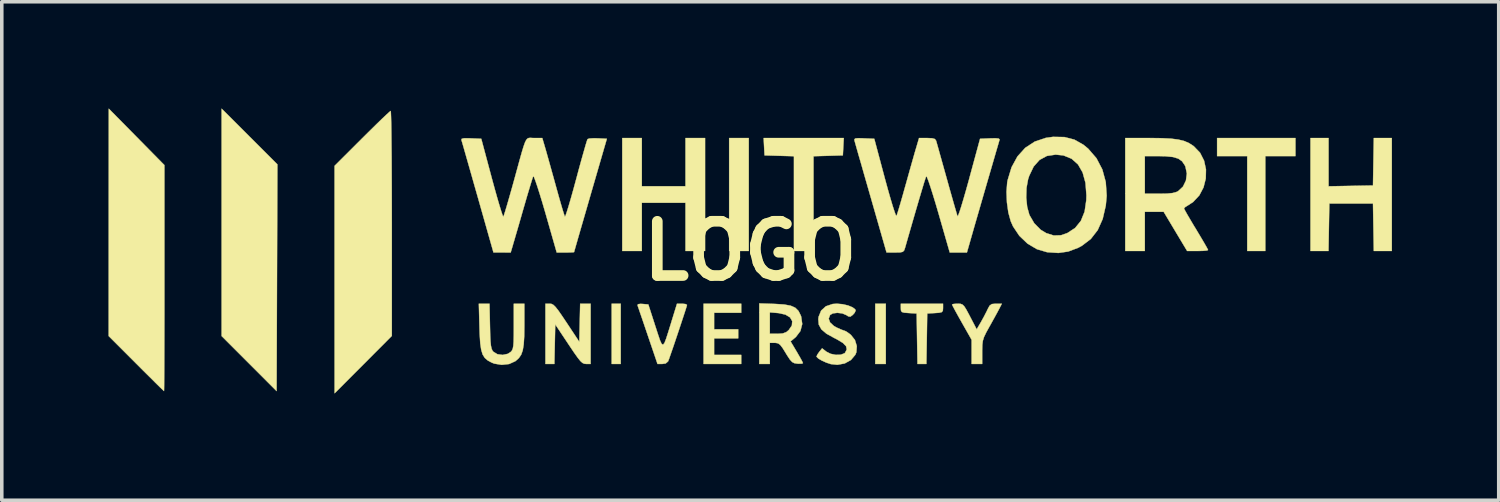
<source format=kicad_pcb>
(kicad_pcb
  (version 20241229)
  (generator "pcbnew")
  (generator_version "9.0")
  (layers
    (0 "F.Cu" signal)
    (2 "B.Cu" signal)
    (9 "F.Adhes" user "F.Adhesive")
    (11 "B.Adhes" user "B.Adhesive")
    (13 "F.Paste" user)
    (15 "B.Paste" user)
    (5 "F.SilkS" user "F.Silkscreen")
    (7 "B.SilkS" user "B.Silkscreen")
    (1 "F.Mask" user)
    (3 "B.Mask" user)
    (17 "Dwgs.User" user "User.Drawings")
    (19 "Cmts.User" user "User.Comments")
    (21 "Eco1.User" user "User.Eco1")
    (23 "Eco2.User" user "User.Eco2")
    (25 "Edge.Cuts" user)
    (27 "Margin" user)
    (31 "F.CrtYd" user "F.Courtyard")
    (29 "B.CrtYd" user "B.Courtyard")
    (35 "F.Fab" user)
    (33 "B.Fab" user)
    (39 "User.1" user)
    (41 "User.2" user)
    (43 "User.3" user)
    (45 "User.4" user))
  (footprint "LOGO"
    (layer "F.Cu")
    (at 18.039 4.005)
    (property "Reference" "LOGO" (at 0 0 0) (layer "F.SilkS") (effects (font (size 1.524 1.524) (thickness 0.3))))
    (attr through_hole)
    (fp_poly (pts (xy -3.641 3.175) (xy -3.895 3.175) (xy -3.895 1.482) (xy -3.641 1.482) (xy -3.641 3.175)) (stroke (width 0.01) (type solid)) (fill yes) (layer "F.SilkS"))
    (fp_poly (pts (xy -0.042 0) (xy -0.593 0) (xy -0.593 -3.175) (xy -0.042 -3.175) (xy -0.042 0)) (stroke (width 0.01) (type solid)) (fill yes) (layer "F.SilkS"))
    (fp_poly (pts (xy 3.81 3.175) (xy 3.514 3.175) (xy 3.514 1.482) (xy 3.81 1.482) (xy 3.81 3.175)) (stroke (width 0.01) (type solid)) (fill yes) (layer "F.SilkS"))
    (fp_poly (pts (xy -14.076 -3.217) (xy -13.292 -2.433) (xy -13.303 0.752) (xy -13.314 3.938) (xy -14.859 2.391) (xy -14.859 -4) (xy -14.076 -3.217)) (stroke (width 0.01) (type solid)) (fill yes) (layer "F.SilkS"))
    (fp_poly (pts (xy 15.325 -2.667) (xy 14.478 -2.667) (xy 14.478 0) (xy 13.97 0) (xy 13.97 -2.667) (xy 13.123 -2.667) (xy 13.123 -3.175) (xy 15.325 -3.175) (xy 15.325 -2.667)) (stroke (width 0.01) (type solid)) (fill yes) (layer "F.SilkS"))
    (fp_poly (pts (xy -3.048 -1.82) (xy -1.82 -1.82) (xy -1.82 -3.175) (xy -1.27 -3.175) (xy -1.27 0) (xy -1.82 0) (xy -1.82 -1.355) (xy -3.048 -1.355) (xy -3.048 0) (xy -3.598 0) (xy -3.598 -3.175) (xy -3.048 -3.175) (xy -3.048 -1.82)) (stroke (width 0.01) (type solid)) (fill yes) (layer "F.SilkS"))
    (fp_poly (pts (xy -0.254 1.736) (xy -1.016 1.736) (xy -1.016 2.201) (xy -0.339 2.201) (xy -0.339 2.455) (xy -1.016 2.455) (xy -1.016 2.921) (xy -0.254 2.921) (xy -0.254 3.175) (xy -1.312 3.175) (xy -1.312 1.482) (xy -0.254 1.482) (xy -0.254 1.736)) (stroke (width 0.01) (type solid)) (fill yes) (layer "F.SilkS"))
    (fp_poly (pts (xy 2.616 -2.932) (xy 2.603 -2.688) (xy 2.191 -2.676) (xy 1.778 -2.664) (xy 1.778 0) (xy 1.228 0) (xy 1.228 -2.664) (xy 0.815 -2.676) (xy 0.402 -2.688) (xy 0.389 -2.932) (xy 0.377 -3.175) (xy 2.629 -3.175) (xy 2.616 -2.932)) (stroke (width 0.01) (type solid)) (fill yes) (layer "F.SilkS"))
    (fp_poly (pts (xy 16.256 -1.818) (xy 16.88 -1.83) (xy 17.505 -1.841) (xy 17.528 -3.175) (xy 18.034 -3.175) (xy 18.034 0) (xy 17.528 0) (xy 17.505 -1.333) (xy 16.277 -1.333) (xy 16.254 0) (xy 15.748 0) (xy 15.748 -3.175) (xy 16.256 -3.175) (xy 16.256 -1.818)) (stroke (width 0.01) (type solid)) (fill yes) (layer "F.SilkS"))
    (fp_poly (pts (xy 5.419 1.606) (xy 5.414 1.679) (xy 5.384 1.718) (xy 5.31 1.736) (xy 5.196 1.744) (xy 4.974 1.757) (xy 4.963 2.466) (xy 4.951 3.175) (xy 4.701 3.175) (xy 4.689 2.466) (xy 4.678 1.757) (xy 4.456 1.744) (xy 4.326 1.734) (xy 4.26 1.714) (xy 4.236 1.67) (xy 4.233 1.606) (xy 4.233 1.482) (xy 5.419 1.482) (xy 5.419 1.606)) (stroke (width 0.01) (type solid)) (fill yes) (layer "F.SilkS"))
    (fp_poly (pts (xy -17.249 -3.207) (xy -16.468 -2.414) (xy -16.468 0.762) (xy -16.468 1.272) (xy -16.468 1.756) (xy -16.469 2.209) (xy -16.47 2.624) (xy -16.471 2.993) (xy -16.472 3.311) (xy -16.474 3.571) (xy -16.475 3.766) (xy -16.477 3.89) (xy -16.479 3.937) (xy -16.479 3.937) (xy -16.51 3.908) (xy -16.594 3.828) (xy -16.721 3.703) (xy -16.883 3.541) (xy -17.074 3.352) (xy -17.262 3.164) (xy -18.034 2.391) (xy -18.033 -0.805) (xy -18.031 -4) (xy -17.249 -3.207)) (stroke (width 0.01) (type solid)) (fill yes) (layer "F.SilkS"))
    (fp_poly (pts (xy -10.102 -3.896) (xy -10.097 -3.776) (xy -10.092 -3.586) (xy -10.088 -3.33) (xy -10.085 -3.015) (xy -10.081 -2.649) (xy -10.079 -2.238) (xy -10.077 -1.787) (xy -10.076 -1.305) (xy -10.075 -0.797) (xy -10.075 -0.775) (xy -10.075 2.387) (xy -10.879 3.194) (xy -11.683 4) (xy -11.684 0.804) (xy -11.684 -2.393) (xy -10.911 -3.165) (xy -10.701 -3.373) (xy -10.511 -3.56) (xy -10.348 -3.718) (xy -10.22 -3.839) (xy -10.137 -3.914) (xy -10.107 -3.937) (xy -10.102 -3.896)) (stroke (width 0.01) (type solid)) (fill yes) (layer "F.SilkS"))
    (fp_poly (pts (xy -5.585 1.488) (xy -5.534 1.515) (xy -5.475 1.572) (xy -5.397 1.67) (xy -5.293 1.82) (xy -5.16 2.018) (xy -4.805 2.554) (xy -4.793 2.018) (xy -4.781 1.482) (xy -4.487 1.482) (xy -4.487 3.175) (xy -4.614 3.175) (xy -4.666 3.169) (xy -4.716 3.146) (xy -4.773 3.095) (xy -4.846 3.005) (xy -4.945 2.866) (xy -5.078 2.669) (xy -5.112 2.618) (xy -5.482 2.062) (xy -5.506 3.175) (xy -5.757 3.175) (xy -5.757 1.482) (xy -5.636 1.482) (xy -5.585 1.488)) (stroke (width 0.01) (type solid)) (fill yes) (layer "F.SilkS"))
    (fp_poly (pts (xy 7.001 1.619) (xy 6.949 1.717) (xy 6.869 1.863) (xy 6.774 2.035) (xy 6.725 2.122) (xy 6.63 2.294) (xy 6.57 2.42) (xy 6.537 2.527) (xy 6.523 2.642) (xy 6.519 2.793) (xy 6.519 2.832) (xy 6.519 3.175) (xy 6.223 3.175) (xy 6.223 2.497) (xy 5.948 2.012) (xy 5.846 1.831) (xy 5.761 1.677) (xy 5.701 1.564) (xy 5.673 1.508) (xy 5.673 1.505) (xy 5.71 1.49) (xy 5.803 1.482) (xy 5.831 1.482) (xy 5.906 1.485) (xy 5.962 1.504) (xy 6.013 1.552) (xy 6.071 1.643) (xy 6.151 1.791) (xy 6.178 1.843) (xy 6.365 2.203) (xy 6.483 2.001) (xy 6.566 1.851) (xy 6.644 1.7) (xy 6.672 1.64) (xy 6.727 1.538) (xy 6.79 1.492) (xy 6.894 1.482) (xy 6.908 1.482) (xy 7.072 1.482) (xy 7.001 1.619)) (stroke (width 0.01) (type solid)) (fill yes) (layer "F.SilkS"))
    (fp_poly (pts (xy -1.824 1.491) (xy -1.779 1.514) (xy -1.778 1.518) (xy -1.791 1.565) (xy -1.826 1.677) (xy -1.879 1.839) (xy -1.944 2.036) (xy -2.016 2.253) (xy -2.09 2.473) (xy -2.161 2.684) (xy -2.225 2.868) (xy -2.275 3.012) (xy -2.308 3.1) (xy -2.308 3.101) (xy -2.376 3.161) (xy -2.472 3.175) (xy -2.607 3.175) (xy -2.877 2.381) (xy -2.961 2.134) (xy -3.036 1.913) (xy -3.099 1.73) (xy -3.143 1.6) (xy -3.166 1.535) (xy -3.167 1.532) (xy -3.157 1.496) (xy -3.083 1.486) (xy -3.026 1.489) (xy -2.865 1.503) (xy -2.667 2.117) (xy -2.592 2.348) (xy -2.536 2.513) (xy -2.492 2.609) (xy -2.453 2.635) (xy -2.413 2.588) (xy -2.365 2.467) (xy -2.302 2.27) (xy -2.217 1.996) (xy -2.215 1.988) (xy -2.059 1.482) (xy -1.918 1.482) (xy -1.824 1.491)) (stroke (width 0.01) (type solid)) (fill yes) (layer "F.SilkS"))
    (fp_poly (pts (xy -7.316 2.112) (xy -7.31 2.362) (xy -7.301 2.542) (xy -7.289 2.665) (xy -7.27 2.748) (xy -7.245 2.803) (xy -7.222 2.832) (xy -7.107 2.902) (xy -6.96 2.922) (xy -6.815 2.891) (xy -6.731 2.836) (xy -6.698 2.797) (xy -6.675 2.745) (xy -6.66 2.666) (xy -6.651 2.547) (xy -6.647 2.372) (xy -6.646 2.128) (xy -6.646 2.117) (xy -6.646 1.482) (xy -6.35 1.482) (xy -6.35 2.106) (xy -6.354 2.401) (xy -6.368 2.624) (xy -6.395 2.791) (xy -6.439 2.915) (xy -6.504 3.01) (xy -6.593 3.09) (xy -6.604 3.098) (xy -6.778 3.177) (xy -6.986 3.2) (xy -7.195 3.166) (xy -7.268 3.137) (xy -7.379 3.077) (xy -7.463 3.004) (xy -7.523 2.908) (xy -7.563 2.774) (xy -7.59 2.59) (xy -7.605 2.343) (xy -7.612 2.127) (xy -7.629 1.482) (xy -7.33 1.482) (xy -7.316 2.112)) (stroke (width 0.01) (type solid)) (fill yes) (layer "F.SilkS"))
    (fp_poly (pts (xy 0.696 1.488) (xy 0.95 1.504) (xy 1.136 1.538) (xy 1.266 1.596) (xy 1.356 1.685) (xy 1.42 1.813) (xy 1.432 1.846) (xy 1.461 2.053) (xy 1.41 2.249) (xy 1.283 2.417) (xy 1.265 2.432) (xy 1.134 2.542) (xy 1.308 2.834) (xy 1.389 2.974) (xy 1.45 3.084) (xy 1.48 3.147) (xy 1.482 3.153) (xy 1.445 3.167) (xy 1.352 3.169) (xy 1.325 3.167) (xy 1.242 3.154) (xy 1.178 3.121) (xy 1.115 3.052) (xy 1.035 2.931) (xy 0.997 2.868) (xy 0.907 2.723) (xy 0.841 2.638) (xy 0.783 2.596) (xy 0.716 2.583) (xy 0.688 2.582) (xy 0.55 2.582) (xy 0.55 3.175) (xy 0.254 3.175) (xy 0.254 2.328) (xy 0.55 2.328) (xy 0.764 2.328) (xy 0.913 2.318) (xy 1.014 2.28) (xy 1.081 2.224) (xy 1.17 2.095) (xy 1.18 1.972) (xy 1.118 1.866) (xy 0.989 1.788) (xy 0.799 1.746) (xy 0.79 1.745) (xy 0.55 1.725) (xy 0.55 2.328) (xy 0.254 2.328) (xy 0.254 1.474) (xy 0.696 1.488)) (stroke (width 0.01) (type solid)) (fill yes) (layer "F.SilkS"))
    (fp_poly (pts (xy 2.596 1.496) (xy 2.75 1.532) (xy 2.876 1.584) (xy 2.951 1.642) (xy 2.963 1.673) (xy 2.935 1.737) (xy 2.881 1.797) (xy 2.814 1.846) (xy 2.756 1.838) (xy 2.703 1.803) (xy 2.587 1.754) (xy 2.448 1.738) (xy 2.321 1.754) (xy 2.244 1.799) (xy 2.205 1.901) (xy 2.243 2.008) (xy 2.351 2.108) (xy 2.433 2.154) (xy 2.55 2.206) (xy 2.635 2.238) (xy 2.658 2.244) (xy 2.708 2.269) (xy 2.795 2.331) (xy 2.83 2.36) (xy 2.942 2.501) (xy 2.995 2.673) (xy 2.983 2.845) (xy 2.954 2.917) (xy 2.83 3.064) (xy 2.655 3.161) (xy 2.449 3.199) (xy 2.265 3.179) (xy 2.137 3.137) (xy 2.011 3.08) (xy 1.912 3.021) (xy 1.864 2.973) (xy 1.863 2.967) (xy 1.887 2.911) (xy 1.941 2.833) (xy 2.02 2.736) (xy 2.138 2.829) (xy 2.258 2.89) (xy 2.404 2.92) (xy 2.544 2.916) (xy 2.648 2.876) (xy 2.665 2.86) (xy 2.713 2.767) (xy 2.694 2.677) (xy 2.603 2.584) (xy 2.435 2.483) (xy 2.36 2.445) (xy 2.141 2.324) (xy 1.999 2.202) (xy 1.926 2.069) (xy 1.913 1.915) (xy 1.922 1.849) (xy 1.993 1.675) (xy 2.127 1.554) (xy 2.317 1.49) (xy 2.436 1.482) (xy 2.596 1.496)) (stroke (width 0.01) (type solid)) (fill yes) (layer "F.SilkS"))
    (fp_poly (pts (xy 11.564 -3.171) (xy 11.825 -3.158) (xy 12.03 -3.132) (xy 12.194 -3.092) (xy 12.33 -3.034) (xy 12.452 -2.956) (xy 12.469 -2.943) (xy 12.644 -2.761) (xy 12.757 -2.538) (xy 12.81 -2.291) (xy 12.804 -2.035) (xy 12.741 -1.787) (xy 12.623 -1.563) (xy 12.45 -1.378) (xy 12.311 -1.287) (xy 12.228 -1.236) (xy 12.192 -1.198) (xy 12.192 -1.197) (xy 12.213 -1.153) (xy 12.27 -1.05) (xy 12.357 -0.901) (xy 12.465 -0.719) (xy 12.531 -0.611) (xy 12.647 -0.417) (xy 12.747 -0.249) (xy 12.821 -0.12) (xy 12.863 -0.042) (xy 12.869 -0.027) (xy 12.831 -0.013) (xy 12.729 -0.004) (xy 12.585 -0.000015) (xy 12.575 0) (xy 12.281 0) (xy 11.951 -0.55) (xy 11.621 -1.101) (xy 11.091 -1.101) (xy 11.091 0) (xy 10.541 0) (xy 10.541 -2.667) (xy 11.091 -2.667) (xy 11.091 -1.609) (xy 11.498 -1.609) (xy 11.717 -1.613) (xy 11.872 -1.629) (xy 11.979 -1.658) (xy 12.026 -1.681) (xy 12.163 -1.808) (xy 12.247 -1.981) (xy 12.273 -2.176) (xy 12.233 -2.37) (xy 12.212 -2.414) (xy 12.137 -2.523) (xy 12.031 -2.597) (xy 11.881 -2.642) (xy 11.671 -2.663) (xy 11.496 -2.667) (xy 11.091 -2.667) (xy 10.541 -2.667) (xy 10.541 -3.175) (xy 11.233 -3.175) (xy 11.564 -3.171)) (stroke (width 0.01) (type solid)) (fill yes) (layer "F.SilkS"))
    (fp_poly (pts (xy 8.832 -3.202) (xy 9.111 -3.13) (xy 9.364 -2.987) (xy 9.499 -2.876) (xy 9.731 -2.608) (xy 9.896 -2.293) (xy 9.993 -1.938) (xy 10.019 -1.552) (xy 9.994 -1.279) (xy 9.907 -0.901) (xy 9.767 -0.588) (xy 9.572 -0.337) (xy 9.32 -0.145) (xy 9.217 -0.09) (xy 8.938 0.015) (xy 8.662 0.055) (xy 8.356 0.035) (xy 8.342 0.033) (xy 8.057 -0.051) (xy 7.793 -0.208) (xy 7.565 -0.425) (xy 7.387 -0.691) (xy 7.321 -0.84) (xy 7.255 -1.081) (xy 7.215 -1.367) (xy 7.21 -1.501) (xy 7.757 -1.501) (xy 7.784 -1.238) (xy 7.845 -1.018) (xy 7.848 -1.011) (xy 7.982 -0.78) (xy 8.163 -0.597) (xy 8.317 -0.503) (xy 8.532 -0.435) (xy 8.735 -0.442) (xy 8.911 -0.503) (xy 9.132 -0.647) (xy 9.294 -0.847) (xy 9.399 -1.107) (xy 9.446 -1.428) (xy 9.45 -1.563) (xy 9.423 -1.916) (xy 9.343 -2.207) (xy 9.213 -2.433) (xy 9.033 -2.593) (xy 8.805 -2.686) (xy 8.585 -2.709) (xy 8.339 -2.672) (xy 8.132 -2.56) (xy 7.966 -2.373) (xy 7.841 -2.112) (xy 7.809 -2.013) (xy 7.765 -1.771) (xy 7.757 -1.501) (xy 7.21 -1.501) (xy 7.203 -1.661) (xy 7.223 -1.927) (xy 7.235 -1.99) (xy 7.345 -2.353) (xy 7.511 -2.657) (xy 7.729 -2.899) (xy 7.996 -3.074) (xy 8.307 -3.179) (xy 8.511 -3.208) (xy 8.832 -3.202)) (stroke (width 0.01) (type solid)) (fill yes) (layer "F.SilkS"))
    (fp_poly (pts (xy 5.113 -3.169) (xy 5.19 -3.147) (xy 5.223 -3.102) (xy 5.224 -3.101) (xy 5.241 -3.041) (xy 5.278 -2.911) (xy 5.33 -2.724) (xy 5.395 -2.492) (xy 5.469 -2.228) (xy 5.524 -2.032) (xy 5.602 -1.752) (xy 5.674 -1.498) (xy 5.736 -1.281) (xy 5.785 -1.113) (xy 5.816 -1.006) (xy 5.827 -0.974) (xy 5.843 -0.996) (xy 5.879 -1.09) (xy 5.93 -1.247) (xy 5.993 -1.457) (xy 6.066 -1.71) (xy 6.146 -1.996) (xy 6.155 -2.032) (xy 6.46 -3.154) (xy 6.743 -3.166) (xy 6.899 -3.169) (xy 6.983 -3.16) (xy 7.009 -3.136) (xy 7.007 -3.124) (xy 6.992 -3.074) (xy 6.957 -2.953) (xy 6.904 -2.773) (xy 6.838 -2.545) (xy 6.761 -2.28) (xy 6.676 -1.989) (xy 6.587 -1.682) (xy 6.497 -1.371) (xy 6.409 -1.067) (xy 6.326 -0.781) (xy 6.252 -0.523) (xy 6.19 -0.306) (xy 6.16 -0.201) (xy 6.09 0.042) (xy 5.608 0.042) (xy 5.292 -1.057) (xy 5.208 -1.343) (xy 5.13 -1.598) (xy 5.062 -1.812) (xy 5.007 -1.974) (xy 4.967 -2.075) (xy 4.947 -2.105) (xy 4.947 -2.104) (xy 4.927 -2.048) (xy 4.885 -1.918) (xy 4.825 -1.719) (xy 4.748 -1.46) (xy 4.656 -1.146) (xy 4.551 -0.784) (xy 4.435 -0.382) (xy 4.353 -0.095) (xy 4.327 -0.018) (xy 4.288 0.023) (xy 4.214 0.039) (xy 4.079 0.042) (xy 4.073 0.042) (xy 3.831 0.041) (xy 3.391 -1.493) (xy 3.291 -1.841) (xy 3.198 -2.165) (xy 3.115 -2.457) (xy 3.043 -2.705) (xy 2.987 -2.902) (xy 2.949 -3.037) (xy 2.931 -3.101) (xy 2.93 -3.103) (xy 2.928 -3.143) (xy 2.958 -3.164) (xy 3.038 -3.171) (xy 3.184 -3.167) (xy 3.198 -3.166) (xy 3.486 -3.154) (xy 3.783 -2.041) (xy 3.862 -1.752) (xy 3.935 -1.495) (xy 3.999 -1.28) (xy 4.052 -1.116) (xy 4.089 -1.013) (xy 4.109 -0.982) (xy 4.11 -0.983) (xy 4.13 -1.039) (xy 4.169 -1.163) (xy 4.222 -1.342) (xy 4.285 -1.561) (xy 4.354 -1.808) (xy 4.358 -1.82) (xy 4.433 -2.088) (xy 4.506 -2.349) (xy 4.573 -2.585) (xy 4.627 -2.775) (xy 4.661 -2.889) (xy 4.745 -3.175) (xy 4.973 -3.175) (xy 5.113 -3.169)) (stroke (width 0.01) (type solid)) (fill yes) (layer "F.SilkS"))
    (fp_poly (pts (xy -6.119 -3.176) (xy -6.073 -3.175) (xy -5.846 -3.175) (xy -5.762 -2.889) (xy -5.724 -2.756) (xy -5.669 -2.561) (xy -5.602 -2.321) (xy -5.528 -2.056) (xy -5.457 -1.799) (xy -5.388 -1.55) (xy -5.325 -1.33) (xy -5.272 -1.15) (xy -5.232 -1.024) (xy -5.211 -0.966) (xy -5.21 -0.964) (xy -5.192 -0.995) (xy -5.157 -1.097) (xy -5.106 -1.261) (xy -5.043 -1.476) (xy -4.971 -1.732) (xy -4.893 -2.019) (xy -4.892 -2.022) (xy -4.814 -2.313) (xy -4.741 -2.578) (xy -4.677 -2.804) (xy -4.626 -2.982) (xy -4.59 -3.099) (xy -4.572 -3.145) (xy -4.517 -3.162) (xy -4.404 -3.169) (xy -4.287 -3.167) (xy -4.031 -3.154) (xy -4.492 -1.566) (xy -4.593 -1.216) (xy -4.687 -0.891) (xy -4.771 -0.602) (xy -4.842 -0.356) (xy -4.897 -0.164) (xy -4.935 -0.032) (xy -4.952 0.029) (xy -4.953 0.032) (xy -4.991 0.037) (xy -5.091 0.041) (xy -5.196 0.042) (xy -5.44 0.042) (xy -5.755 -1.059) (xy -5.839 -1.346) (xy -5.917 -1.601) (xy -5.985 -1.814) (xy -6.04 -1.976) (xy -6.079 -2.077) (xy -6.099 -2.107) (xy -6.099 -2.106) (xy -6.119 -2.051) (xy -6.158 -1.927) (xy -6.212 -1.748) (xy -6.278 -1.528) (xy -6.35 -1.278) (xy -6.365 -1.228) (xy -6.442 -0.96) (xy -6.515 -0.705) (xy -6.581 -0.48) (xy -6.633 -0.301) (xy -6.667 -0.186) (xy -6.668 -0.18) (xy -6.734 0.042) (xy -6.976 0.041) (xy -7.218 0.041) (xy -7.659 -1.514) (xy -7.759 -1.864) (xy -7.851 -2.189) (xy -7.934 -2.48) (xy -8.005 -2.728) (xy -8.061 -2.924) (xy -8.1 -3.058) (xy -8.119 -3.121) (xy -8.12 -3.124) (xy -8.11 -3.153) (xy -8.048 -3.168) (xy -7.919 -3.169) (xy -7.85 -3.166) (xy -7.561 -3.154) (xy -7.264 -2.043) (xy -7.185 -1.753) (xy -7.112 -1.493) (xy -7.048 -1.274) (xy -6.996 -1.106) (xy -6.96 -0.999) (xy -6.941 -0.963) (xy -6.94 -0.964) (xy -6.922 -1.012) (xy -6.884 -1.13) (xy -6.832 -1.306) (xy -6.768 -1.528) (xy -6.695 -1.785) (xy -6.65 -1.947) (xy -6.554 -2.297) (xy -6.478 -2.574) (xy -6.418 -2.787) (xy -6.37 -2.944) (xy -6.331 -3.053) (xy -6.296 -3.122) (xy -6.261 -3.161) (xy -6.222 -3.177) (xy -6.176 -3.18) (xy -6.119 -3.176)) (stroke (width 0.01) (type solid)) (fill yes) (layer "F.SilkS")))
  (gr_rect
    (start -3 -3)
    (end 39.078 11.011)
    (stroke (width 0.1) (type default))
    (fill no)
    (layer "Edge.Cuts")))
</source>
